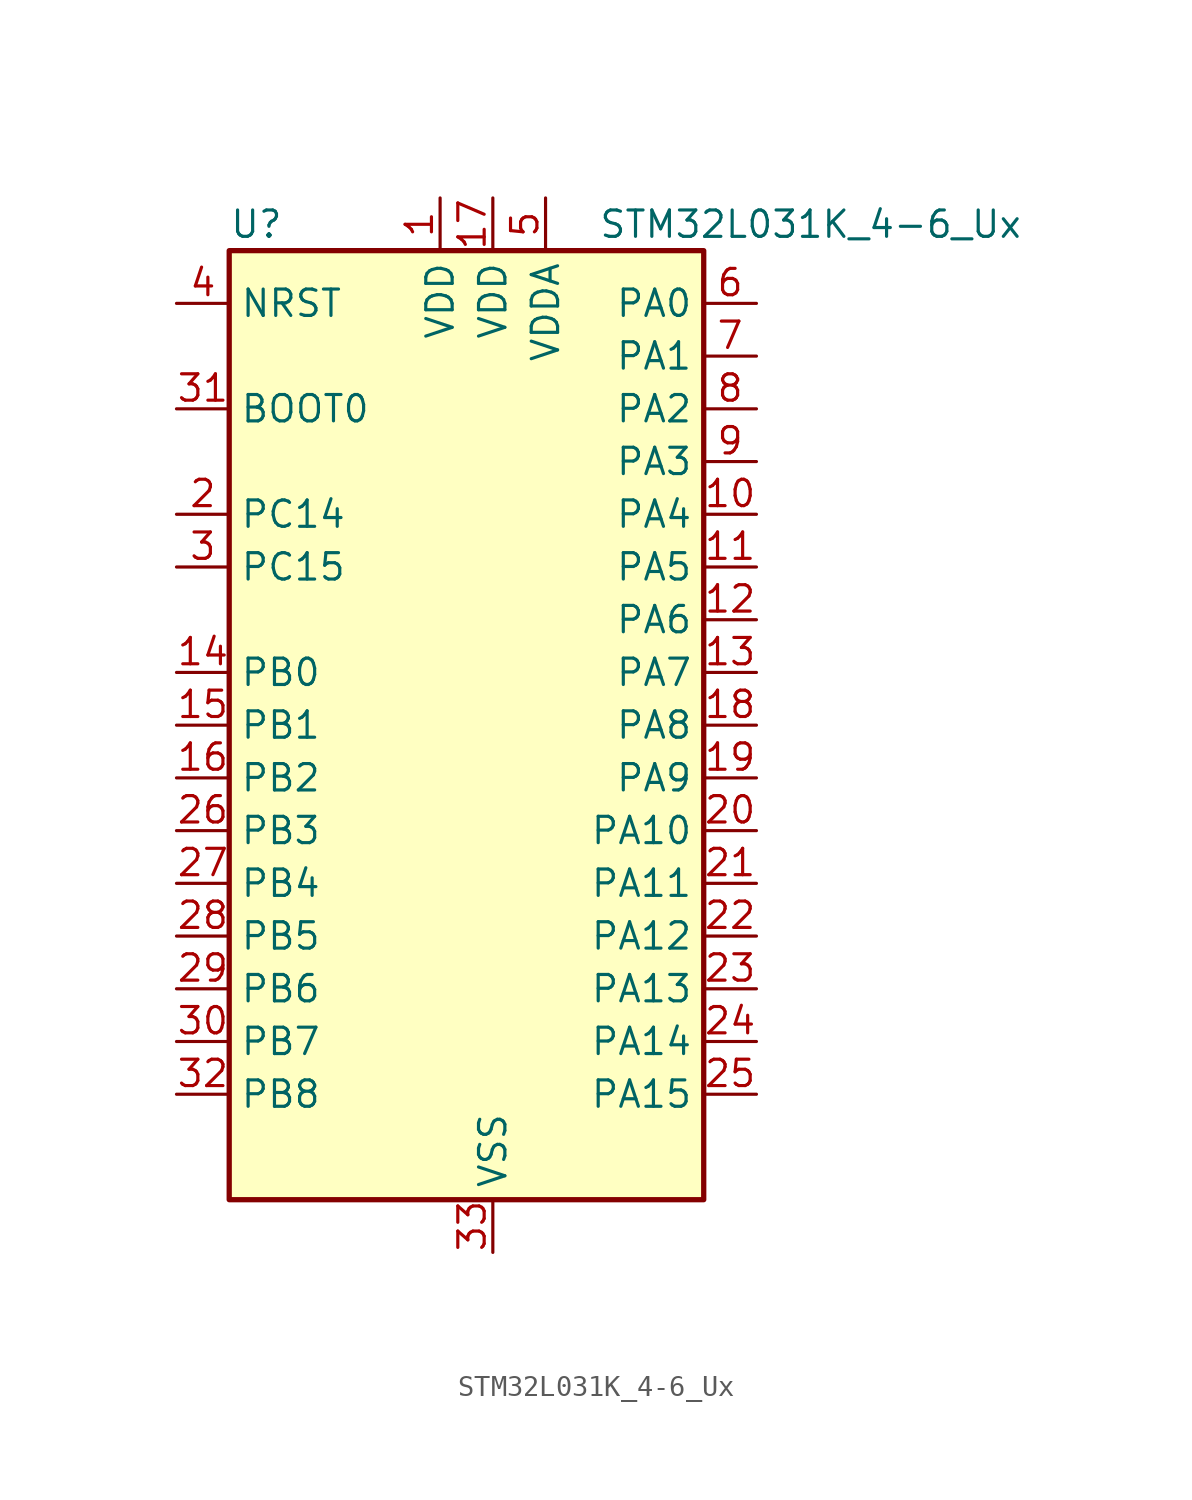
<source format=kicad_sym>
(kicad_symbol_lib
  (version 20231120)
  (generator "kicad_symbol_editor")
  (generator_version "8.0")
  (symbol "STM32L031K_4-6_Ux"
    (property "Reference" "U"
      (at -10.16 24.13 0)
      (effects (font (size 1.27 1.27)) (justify left)))
    (property "Value" "STM32L031K_4-6_Ux"
      (at 7.62 24.13 0)
      (effects (font (size 1.27 1.27)) (justify left)))
    (property "ki_locked" ""
      (at 0 0 0)
      (effects (font (size 1.27 1.27))))
    (symbol "STM32L031K_4-6_Ux_0_1"
      (rectangle (start -10.16 -22.86) (end 12.7 22.86) (stroke (width 0.254) (type default)) (fill (type background))))
    (symbol "STM32L031K_4-6_Ux_1_1"
      (pin power_in line (at 0 25.4 270) (length 2.54) (name "VDD" (effects (font (size 1.27 1.27)))) (number "1" (effects (font (size 1.27 1.27)))))
      (pin bidirectional line (at 15.24 10.16 180) (length 2.54) (name "PA4" (effects (font (size 1.27 1.27)))) (number "10" (effects (font (size 1.27 1.27)))) (alternate "ADC_IN4" bidirectional line) (alternate "COMP1_INM" bidirectional line) (alternate "COMP2_INM" bidirectional line) (alternate "LPTIM1_IN1" bidirectional line) (alternate "SPI1_NSS" bidirectional line) (alternate "TIM22_ETR" bidirectional line) (alternate "USART2_CK" bidirectional line))
      (pin bidirectional line (at 15.24 7.62 180) (length 2.54) (name "PA5" (effects (font (size 1.27 1.27)))) (number "11" (effects (font (size 1.27 1.27)))) (alternate "ADC_IN5" bidirectional line) (alternate "COMP1_INM" bidirectional line) (alternate "COMP2_INM" bidirectional line) (alternate "LPTIM1_IN2" bidirectional line) (alternate "SPI1_SCK" bidirectional line) (alternate "TIM2_CH1" bidirectional line) (alternate "TIM2_ETR" bidirectional line))
      (pin bidirectional line (at 15.24 5.08 180) (length 2.54) (name "PA6" (effects (font (size 1.27 1.27)))) (number "12" (effects (font (size 1.27 1.27)))) (alternate "ADC_IN6" bidirectional line) (alternate "COMP1_OUT" bidirectional line) (alternate "LPTIM1_ETR" bidirectional line) (alternate "LPUART1_CTS" bidirectional line) (alternate "SPI1_MISO" bidirectional line) (alternate "TIM22_CH1" bidirectional line))
      (pin bidirectional line (at 15.24 2.54 180) (length 2.54) (name "PA7" (effects (font (size 1.27 1.27)))) (number "13" (effects (font (size 1.27 1.27)))) (alternate "ADC_IN7" bidirectional line) (alternate "COMP2_OUT" bidirectional line) (alternate "LPTIM1_OUT" bidirectional line) (alternate "SPI1_MOSI" bidirectional line) (alternate "TIM22_CH2" bidirectional line) (alternate "USART2_CTS" bidirectional line))
      (pin bidirectional line (at -12.7 2.54 0) (length 2.54) (name "PB0" (effects (font (size 1.27 1.27)))) (number "14" (effects (font (size 1.27 1.27)))) (alternate "ADC_IN8" bidirectional line) (alternate "SPI1_MISO" bidirectional line) (alternate "SYS_VREF_OUT_PB0" bidirectional line) (alternate "TIM2_CH3" bidirectional line) (alternate "USART2_DE" bidirectional line) (alternate "USART2_RTS" bidirectional line))
      (pin bidirectional line (at -12.7 0 0) (length 2.54) (name "PB1" (effects (font (size 1.27 1.27)))) (number "15" (effects (font (size 1.27 1.27)))) (alternate "ADC_IN9" bidirectional line) (alternate "LPUART1_DE" bidirectional line) (alternate "LPUART1_RTS" bidirectional line) (alternate "SPI1_MOSI" bidirectional line) (alternate "SYS_VREF_OUT_PB1" bidirectional line) (alternate "TIM2_CH4" bidirectional line) (alternate "USART2_CK" bidirectional line))
      (pin bidirectional line (at -12.7 -2.54 0) (length 2.54) (name "PB2" (effects (font (size 1.27 1.27)))) (number "16" (effects (font (size 1.27 1.27)))) (alternate "LPTIM1_OUT" bidirectional line))
      (pin power_in line (at 2.54 25.4 270) (length 2.54) (name "VDD" (effects (font (size 1.27 1.27)))) (number "17" (effects (font (size 1.27 1.27)))))
      (pin bidirectional line (at 15.24 0 180) (length 2.54) (name "PA8" (effects (font (size 1.27 1.27)))) (number "18" (effects (font (size 1.27 1.27)))) (alternate "LPTIM1_IN1" bidirectional line) (alternate "RCC_MCO" bidirectional line) (alternate "TIM2_CH1" bidirectional line) (alternate "USART2_CK" bidirectional line))
      (pin bidirectional line (at 15.24 -2.54 180) (length 2.54) (name "PA9" (effects (font (size 1.27 1.27)))) (number "19" (effects (font (size 1.27 1.27)))) (alternate "I2C1_SCL" bidirectional line) (alternate "RCC_MCO" bidirectional line) (alternate "TIM22_CH1" bidirectional line) (alternate "USART2_TX" bidirectional line))
      (pin bidirectional line (at -12.7 10.16 0) (length 2.54) (name "PC14" (effects (font (size 1.27 1.27)))) (number "2" (effects (font (size 1.27 1.27)))) (alternate "RCC_OSC32_IN" bidirectional line))
      (pin bidirectional line (at 15.24 -5.08 180) (length 2.54) (name "PA10" (effects (font (size 1.27 1.27)))) (number "20" (effects (font (size 1.27 1.27)))) (alternate "I2C1_SDA" bidirectional line) (alternate "TIM22_CH2" bidirectional line) (alternate "USART2_RX" bidirectional line))
      (pin bidirectional line (at 15.24 -7.62 180) (length 2.54) (name "PA11" (effects (font (size 1.27 1.27)))) (number "21" (effects (font (size 1.27 1.27)))) (alternate "ADC_EXTI11" bidirectional line) (alternate "COMP1_OUT" bidirectional line) (alternate "SPI1_MISO" bidirectional line) (alternate "TIM21_CH2" bidirectional line) (alternate "USART2_CTS" bidirectional line))
      (pin bidirectional line (at 15.24 -10.16 180) (length 2.54) (name "PA12" (effects (font (size 1.27 1.27)))) (number "22" (effects (font (size 1.27 1.27)))) (alternate "COMP2_OUT" bidirectional line) (alternate "SPI1_MOSI" bidirectional line) (alternate "USART2_DE" bidirectional line) (alternate "USART2_RTS" bidirectional line))
      (pin bidirectional line (at 15.24 -12.7 180) (length 2.54) (name "PA13" (effects (font (size 1.27 1.27)))) (number "23" (effects (font (size 1.27 1.27)))) (alternate "LPTIM1_ETR" bidirectional line) (alternate "LPUART1_RX" bidirectional line) (alternate "SYS_SWDIO" bidirectional line))
      (pin bidirectional line (at 15.24 -15.24 180) (length 2.54) (name "PA14" (effects (font (size 1.27 1.27)))) (number "24" (effects (font (size 1.27 1.27)))) (alternate "I2C1_SMBA" bidirectional line) (alternate "LPTIM1_OUT" bidirectional line) (alternate "LPUART1_TX" bidirectional line) (alternate "SYS_SWCLK" bidirectional line) (alternate "USART2_TX" bidirectional line))
      (pin bidirectional line (at 15.24 -17.78 180) (length 2.54) (name "PA15" (effects (font (size 1.27 1.27)))) (number "25" (effects (font (size 1.27 1.27)))) (alternate "SPI1_NSS" bidirectional line) (alternate "TIM2_CH1" bidirectional line) (alternate "TIM2_ETR" bidirectional line) (alternate "USART2_RX" bidirectional line))
      (pin bidirectional line (at -12.7 -5.08 0) (length 2.54) (name "PB3" (effects (font (size 1.27 1.27)))) (number "26" (effects (font (size 1.27 1.27)))) (alternate "COMP2_INM" bidirectional line) (alternate "SPI1_SCK" bidirectional line) (alternate "TIM2_CH2" bidirectional line))
      (pin bidirectional line (at -12.7 -7.62 0) (length 2.54) (name "PB4" (effects (font (size 1.27 1.27)))) (number "27" (effects (font (size 1.27 1.27)))) (alternate "COMP2_INP" bidirectional line) (alternate "SPI1_MISO" bidirectional line) (alternate "TIM22_CH1" bidirectional line))
      (pin bidirectional line (at -12.7 -10.16 0) (length 2.54) (name "PB5" (effects (font (size 1.27 1.27)))) (number "28" (effects (font (size 1.27 1.27)))) (alternate "COMP2_INP" bidirectional line) (alternate "I2C1_SMBA" bidirectional line) (alternate "LPTIM1_IN1" bidirectional line) (alternate "SPI1_MOSI" bidirectional line) (alternate "TIM22_CH2" bidirectional line))
      (pin bidirectional line (at -12.7 -12.7 0) (length 2.54) (name "PB6" (effects (font (size 1.27 1.27)))) (number "29" (effects (font (size 1.27 1.27)))) (alternate "COMP2_INP" bidirectional line) (alternate "I2C1_SCL" bidirectional line) (alternate "LPTIM1_ETR" bidirectional line) (alternate "TIM21_CH1" bidirectional line) (alternate "USART2_TX" bidirectional line))
      (pin bidirectional line (at -12.7 7.62 0) (length 2.54) (name "PC15" (effects (font (size 1.27 1.27)))) (number "3" (effects (font (size 1.27 1.27)))) (alternate "RCC_OSC32_OUT" bidirectional line))
      (pin bidirectional line (at -12.7 -15.24 0) (length 2.54) (name "PB7" (effects (font (size 1.27 1.27)))) (number "30" (effects (font (size 1.27 1.27)))) (alternate "COMP2_INP" bidirectional line) (alternate "I2C1_SDA" bidirectional line) (alternate "LPTIM1_IN2" bidirectional line) (alternate "SYS_PVD_IN" bidirectional line) (alternate "USART2_RX" bidirectional line))
      (pin input line (at -12.7 15.24 0) (length 2.54) (name "BOOT0" (effects (font (size 1.27 1.27)))) (number "31" (effects (font (size 1.27 1.27)))))
      (pin bidirectional line (at -12.7 -17.78 0) (length 2.54) (name "PB8" (effects (font (size 1.27 1.27)))) (number "32" (effects (font (size 1.27 1.27)))) (alternate "I2C1_SCL" bidirectional line))
      (pin power_in line (at 2.54 -25.4 90) (length 2.54) (name "VSS" (effects (font (size 1.27 1.27)))) (number "33" (effects (font (size 1.27 1.27)))))
      (pin input line (at -12.7 20.32 0) (length 2.54) (name "NRST" (effects (font (size 1.27 1.27)))) (number "4" (effects (font (size 1.27 1.27)))))
      (pin power_in line (at 5.08 25.4 270) (length 2.54) (name "VDDA" (effects (font (size 1.27 1.27)))) (number "5" (effects (font (size 1.27 1.27)))))
      (pin bidirectional line (at 15.24 20.32 180) (length 2.54) (name "PA0" (effects (font (size 1.27 1.27)))) (number "6" (effects (font (size 1.27 1.27)))) (alternate "ADC_IN0" bidirectional line) (alternate "COMP1_INM" bidirectional line) (alternate "COMP1_OUT" bidirectional line) (alternate "LPTIM1_IN1" bidirectional line) (alternate "RCC_CK_IN" bidirectional line) (alternate "RTC_TAMP2" bidirectional line) (alternate "SYS_WKUP1" bidirectional line) (alternate "TIM2_CH1" bidirectional line) (alternate "TIM2_ETR" bidirectional line) (alternate "USART2_CTS" bidirectional line))
      (pin bidirectional line (at 15.24 17.78 180) (length 2.54) (name "PA1" (effects (font (size 1.27 1.27)))) (number "7" (effects (font (size 1.27 1.27)))) (alternate "ADC_IN1" bidirectional line) (alternate "COMP1_INP" bidirectional line) (alternate "I2C1_SMBA" bidirectional line) (alternate "LPTIM1_IN2" bidirectional line) (alternate "TIM21_ETR" bidirectional line) (alternate "TIM2_CH2" bidirectional line) (alternate "USART2_DE" bidirectional line) (alternate "USART2_RTS" bidirectional line))
      (pin bidirectional line (at 15.24 15.24 180) (length 2.54) (name "PA2" (effects (font (size 1.27 1.27)))) (number "8" (effects (font (size 1.27 1.27)))) (alternate "ADC_IN2" bidirectional line) (alternate "COMP2_INM" bidirectional line) (alternate "COMP2_OUT" bidirectional line) (alternate "LPUART1_TX" bidirectional line) (alternate "RTC_OUT_ALARM" bidirectional line) (alternate "RTC_OUT_CALIB" bidirectional line) (alternate "RTC_TAMP3" bidirectional line) (alternate "RTC_TS" bidirectional line) (alternate "SYS_WKUP3" bidirectional line) (alternate "TIM21_CH1" bidirectional line) (alternate "TIM2_CH3" bidirectional line) (alternate "USART2_TX" bidirectional line))
      (pin bidirectional line (at 15.24 12.7 180) (length 2.54) (name "PA3" (effects (font (size 1.27 1.27)))) (number "9" (effects (font (size 1.27 1.27)))) (alternate "ADC_IN3" bidirectional line) (alternate "COMP2_INP" bidirectional line) (alternate "LPUART1_RX" bidirectional line) (alternate "TIM21_CH2" bidirectional line) (alternate "TIM2_CH4" bidirectional line) (alternate "USART2_RX" bidirectional line)))))
</source>
